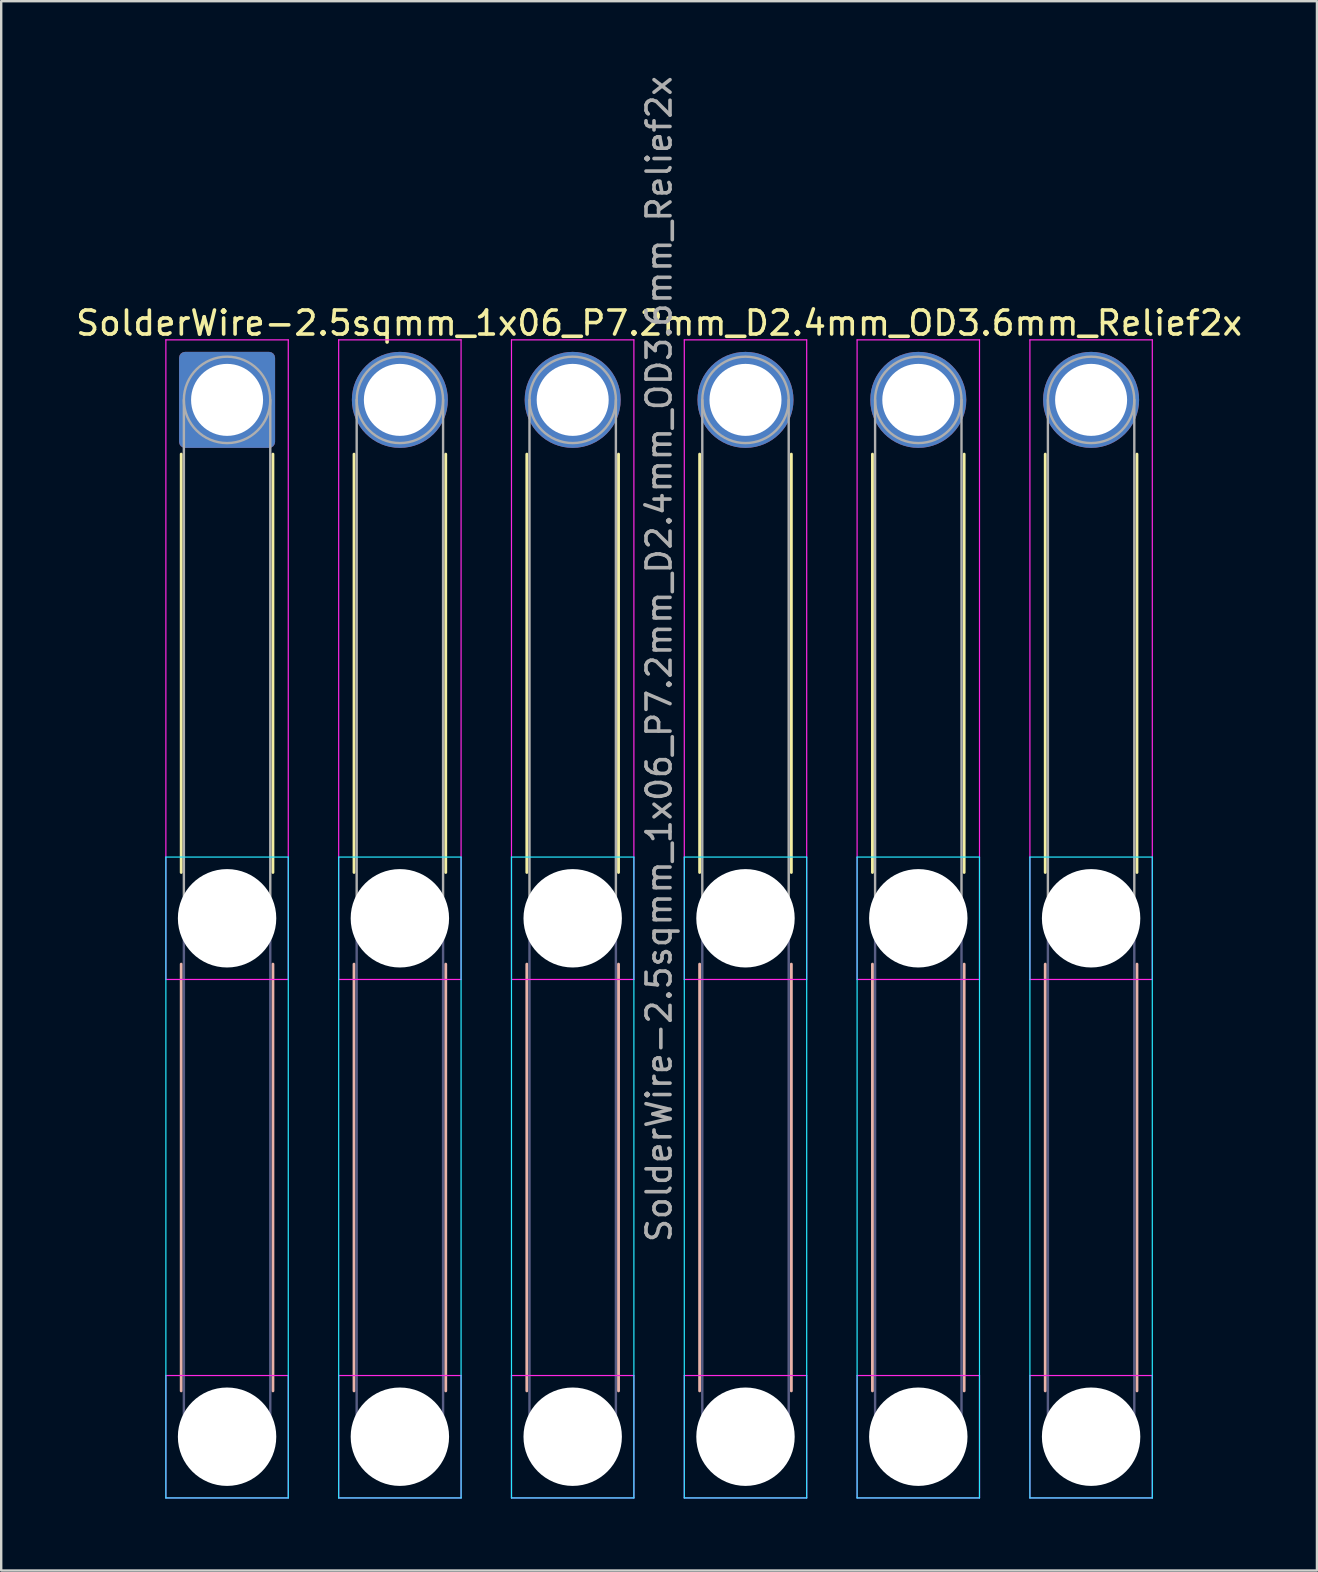
<source format=kicad_pcb>
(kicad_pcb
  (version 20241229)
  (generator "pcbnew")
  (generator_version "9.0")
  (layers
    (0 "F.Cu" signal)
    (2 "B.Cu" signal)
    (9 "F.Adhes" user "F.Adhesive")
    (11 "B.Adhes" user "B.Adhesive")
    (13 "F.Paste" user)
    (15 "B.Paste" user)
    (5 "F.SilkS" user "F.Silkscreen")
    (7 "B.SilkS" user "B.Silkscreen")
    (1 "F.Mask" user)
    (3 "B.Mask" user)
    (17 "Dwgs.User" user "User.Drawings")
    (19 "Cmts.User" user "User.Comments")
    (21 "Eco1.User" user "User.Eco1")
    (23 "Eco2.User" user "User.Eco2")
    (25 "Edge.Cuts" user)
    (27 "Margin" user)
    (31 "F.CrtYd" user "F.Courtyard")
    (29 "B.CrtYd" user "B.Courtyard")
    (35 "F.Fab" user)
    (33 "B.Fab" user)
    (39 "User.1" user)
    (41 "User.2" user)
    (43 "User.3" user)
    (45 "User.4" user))
  (footprint "SolderWire-2.5sqmm_1x06_P7.2mm_D2.4mm_OD3.6mm_Relief2x"
    (layer "F.Cu")
    (at 6.411 13.611)
    (property "Reference" "SolderWire-2.5sqmm_1x06_P7.2mm_D2.4mm_OD3.6mm_Relief2x" (at 18 -3.2 0) (layer "F.SilkS") (effects (font (size 1 1) (thickness 0.15))))
    (attr exclude_from_pos_files exclude_from_bom)
    (fp_line (start -1.91 2.26) (end -1.91 19.69) (stroke (width 0.12) (type solid)) (layer "F.SilkS"))
    (fp_line (start 1.91 2.26) (end 1.91 19.69) (stroke (width 0.12) (type solid)) (layer "F.SilkS"))
    (fp_line (start 5.29 2.26) (end 5.29 19.69) (stroke (width 0.12) (type solid)) (layer "F.SilkS"))
    (fp_line (start 9.11 2.26) (end 9.11 19.69) (stroke (width 0.12) (type solid)) (layer "F.SilkS"))
    (fp_line (start 12.49 2.26) (end 12.49 19.69) (stroke (width 0.12) (type solid)) (layer "F.SilkS"))
    (fp_line (start 16.31 2.26) (end 16.31 19.69) (stroke (width 0.12) (type solid)) (layer "F.SilkS"))
    (fp_line (start 19.69 2.26) (end 19.69 19.69) (stroke (width 0.12) (type solid)) (layer "F.SilkS"))
    (fp_line (start 23.51 2.26) (end 23.51 19.69) (stroke (width 0.12) (type solid)) (layer "F.SilkS"))
    (fp_line (start 26.89 2.26) (end 26.89 19.69) (stroke (width 0.12) (type solid)) (layer "F.SilkS"))
    (fp_line (start 30.71 2.26) (end 30.71 19.69) (stroke (width 0.12) (type solid)) (layer "F.SilkS"))
    (fp_line (start 34.09 2.26) (end 34.09 19.69) (stroke (width 0.12) (type solid)) (layer "F.SilkS"))
    (fp_line (start 37.91 2.26) (end 37.91 19.69) (stroke (width 0.12) (type solid)) (layer "F.SilkS"))
    (fp_line (start -1.91 23.51) (end -1.91 41.29) (stroke (width 0.12) (type solid)) (layer "B.SilkS"))
    (fp_line (start 1.91 23.51) (end 1.91 41.29) (stroke (width 0.12) (type solid)) (layer "B.SilkS"))
    (fp_line (start 5.29 23.51) (end 5.29 41.29) (stroke (width 0.12) (type solid)) (layer "B.SilkS"))
    (fp_line (start 9.11 23.51) (end 9.11 41.29) (stroke (width 0.12) (type solid)) (layer "B.SilkS"))
    (fp_line (start 12.49 23.51) (end 12.49 41.29) (stroke (width 0.12) (type solid)) (layer "B.SilkS"))
    (fp_line (start 16.31 23.51) (end 16.31 41.29) (stroke (width 0.12) (type solid)) (layer "B.SilkS"))
    (fp_line (start 19.69 23.51) (end 19.69 41.29) (stroke (width 0.12) (type solid)) (layer "B.SilkS"))
    (fp_line (start 23.51 23.51) (end 23.51 41.29) (stroke (width 0.12) (type solid)) (layer "B.SilkS"))
    (fp_line (start 26.89 23.51) (end 26.89 41.29) (stroke (width 0.12) (type solid)) (layer "B.SilkS"))
    (fp_line (start 30.71 23.51) (end 30.71 41.29) (stroke (width 0.12) (type solid)) (layer "B.SilkS"))
    (fp_line (start 34.09 23.51) (end 34.09 41.29) (stroke (width 0.12) (type solid)) (layer "B.SilkS"))
    (fp_line (start 37.91 23.51) (end 37.91 41.29) (stroke (width 0.12) (type solid)) (layer "B.SilkS"))
    (fp_line (start -2.55 19.05) (end -2.55 45.75) (stroke (width 0.05) (type solid)) (layer "B.CrtYd"))
    (fp_line (start -2.55 45.75) (end 2.55 45.75) (stroke (width 0.05) (type solid)) (layer "B.CrtYd"))
    (fp_line (start 2.55 19.05) (end -2.55 19.05) (stroke (width 0.05) (type solid)) (layer "B.CrtYd"))
    (fp_line (start 2.55 45.75) (end 2.55 19.05) (stroke (width 0.05) (type solid)) (layer "B.CrtYd"))
    (fp_line (start 4.65 19.05) (end 4.65 45.75) (stroke (width 0.05) (type solid)) (layer "B.CrtYd"))
    (fp_line (start 4.65 45.75) (end 9.75 45.75) (stroke (width 0.05) (type solid)) (layer "B.CrtYd"))
    (fp_line (start 9.75 19.05) (end 4.65 19.05) (stroke (width 0.05) (type solid)) (layer "B.CrtYd"))
    (fp_line (start 9.75 45.75) (end 9.75 19.05) (stroke (width 0.05) (type solid)) (layer "B.CrtYd"))
    (fp_line (start 11.85 19.05) (end 11.85 45.75) (stroke (width 0.05) (type solid)) (layer "B.CrtYd"))
    (fp_line (start 11.85 45.75) (end 16.95 45.75) (stroke (width 0.05) (type solid)) (layer "B.CrtYd"))
    (fp_line (start 16.95 19.05) (end 11.85 19.05) (stroke (width 0.05) (type solid)) (layer "B.CrtYd"))
    (fp_line (start 16.95 45.75) (end 16.95 19.05) (stroke (width 0.05) (type solid)) (layer "B.CrtYd"))
    (fp_line (start 19.05 19.05) (end 19.05 45.75) (stroke (width 0.05) (type solid)) (layer "B.CrtYd"))
    (fp_line (start 19.05 45.75) (end 24.15 45.75) (stroke (width 0.05) (type solid)) (layer "B.CrtYd"))
    (fp_line (start 24.15 19.05) (end 19.05 19.05) (stroke (width 0.05) (type solid)) (layer "B.CrtYd"))
    (fp_line (start 24.15 45.75) (end 24.15 19.05) (stroke (width 0.05) (type solid)) (layer "B.CrtYd"))
    (fp_line (start 26.25 19.05) (end 26.25 45.75) (stroke (width 0.05) (type solid)) (layer "B.CrtYd"))
    (fp_line (start 26.25 45.75) (end 31.35 45.75) (stroke (width 0.05) (type solid)) (layer "B.CrtYd"))
    (fp_line (start 31.35 19.05) (end 26.25 19.05) (stroke (width 0.05) (type solid)) (layer "B.CrtYd"))
    (fp_line (start 31.35 45.75) (end 31.35 19.05) (stroke (width 0.05) (type solid)) (layer "B.CrtYd"))
    (fp_line (start 33.45 19.05) (end 33.45 45.75) (stroke (width 0.05) (type solid)) (layer "B.CrtYd"))
    (fp_line (start 33.45 45.75) (end 38.55 45.75) (stroke (width 0.05) (type solid)) (layer "B.CrtYd"))
    (fp_line (start 38.55 19.05) (end 33.45 19.05) (stroke (width 0.05) (type solid)) (layer "B.CrtYd"))
    (fp_line (start 38.55 45.75) (end 38.55 19.05) (stroke (width 0.05) (type solid)) (layer "B.CrtYd"))
    (fp_line (start -2.55 -2.5) (end -2.55 24.15) (stroke (width 0.05) (type solid)) (layer "F.CrtYd"))
    (fp_line (start -2.55 24.15) (end 2.55 24.15) (stroke (width 0.05) (type solid)) (layer "F.CrtYd"))
    (fp_line (start -2.55 40.65) (end -2.55 45.75) (stroke (width 0.05) (type solid)) (layer "F.CrtYd"))
    (fp_line (start -2.55 45.75) (end 2.55 45.75) (stroke (width 0.05) (type solid)) (layer "F.CrtYd"))
    (fp_line (start 2.55 -2.5) (end -2.55 -2.5) (stroke (width 0.05) (type solid)) (layer "F.CrtYd"))
    (fp_line (start 2.55 24.15) (end 2.55 -2.5) (stroke (width 0.05) (type solid)) (layer "F.CrtYd"))
    (fp_line (start 2.55 40.65) (end -2.55 40.65) (stroke (width 0.05) (type solid)) (layer "F.CrtYd"))
    (fp_line (start 2.55 45.75) (end 2.55 40.65) (stroke (width 0.05) (type solid)) (layer "F.CrtYd"))
    (fp_line (start 4.65 -2.5) (end 4.65 24.15) (stroke (width 0.05) (type solid)) (layer "F.CrtYd"))
    (fp_line (start 4.65 24.15) (end 9.75 24.15) (stroke (width 0.05) (type solid)) (layer "F.CrtYd"))
    (fp_line (start 4.65 40.65) (end 4.65 45.75) (stroke (width 0.05) (type solid)) (layer "F.CrtYd"))
    (fp_line (start 4.65 45.75) (end 9.75 45.75) (stroke (width 0.05) (type solid)) (layer "F.CrtYd"))
    (fp_line (start 9.75 -2.5) (end 4.65 -2.5) (stroke (width 0.05) (type solid)) (layer "F.CrtYd"))
    (fp_line (start 9.75 24.15) (end 9.75 -2.5) (stroke (width 0.05) (type solid)) (layer "F.CrtYd"))
    (fp_line (start 9.75 40.65) (end 4.65 40.65) (stroke (width 0.05) (type solid)) (layer "F.CrtYd"))
    (fp_line (start 9.75 45.75) (end 9.75 40.65) (stroke (width 0.05) (type solid)) (layer "F.CrtYd"))
    (fp_line (start 11.85 -2.5) (end 11.85 24.15) (stroke (width 0.05) (type solid)) (layer "F.CrtYd"))
    (fp_line (start 11.85 24.15) (end 16.95 24.15) (stroke (width 0.05) (type solid)) (layer "F.CrtYd"))
    (fp_line (start 11.85 40.65) (end 11.85 45.75) (stroke (width 0.05) (type solid)) (layer "F.CrtYd"))
    (fp_line (start 11.85 45.75) (end 16.95 45.75) (stroke (width 0.05) (type solid)) (layer "F.CrtYd"))
    (fp_line (start 16.95 -2.5) (end 11.85 -2.5) (stroke (width 0.05) (type solid)) (layer "F.CrtYd"))
    (fp_line (start 16.95 24.15) (end 16.95 -2.5) (stroke (width 0.05) (type solid)) (layer "F.CrtYd"))
    (fp_line (start 16.95 40.65) (end 11.85 40.65) (stroke (width 0.05) (type solid)) (layer "F.CrtYd"))
    (fp_line (start 16.95 45.75) (end 16.95 40.65) (stroke (width 0.05) (type solid)) (layer "F.CrtYd"))
    (fp_line (start 19.05 -2.5) (end 19.05 24.15) (stroke (width 0.05) (type solid)) (layer "F.CrtYd"))
    (fp_line (start 19.05 24.15) (end 24.15 24.15) (stroke (width 0.05) (type solid)) (layer "F.CrtYd"))
    (fp_line (start 19.05 40.65) (end 19.05 45.75) (stroke (width 0.05) (type solid)) (layer "F.CrtYd"))
    (fp_line (start 19.05 45.75) (end 24.15 45.75) (stroke (width 0.05) (type solid)) (layer "F.CrtYd"))
    (fp_line (start 24.15 -2.5) (end 19.05 -2.5) (stroke (width 0.05) (type solid)) (layer "F.CrtYd"))
    (fp_line (start 24.15 24.15) (end 24.15 -2.5) (stroke (width 0.05) (type solid)) (layer "F.CrtYd"))
    (fp_line (start 24.15 40.65) (end 19.05 40.65) (stroke (width 0.05) (type solid)) (layer "F.CrtYd"))
    (fp_line (start 24.15 45.75) (end 24.15 40.65) (stroke (width 0.05) (type solid)) (layer "F.CrtYd"))
    (fp_line (start 26.25 -2.5) (end 26.25 24.15) (stroke (width 0.05) (type solid)) (layer "F.CrtYd"))
    (fp_line (start 26.25 24.15) (end 31.35 24.15) (stroke (width 0.05) (type solid)) (layer "F.CrtYd"))
    (fp_line (start 26.25 40.65) (end 26.25 45.75) (stroke (width 0.05) (type solid)) (layer "F.CrtYd"))
    (fp_line (start 26.25 45.75) (end 31.35 45.75) (stroke (width 0.05) (type solid)) (layer "F.CrtYd"))
    (fp_line (start 31.35 -2.5) (end 26.25 -2.5) (stroke (width 0.05) (type solid)) (layer "F.CrtYd"))
    (fp_line (start 31.35 24.15) (end 31.35 -2.5) (stroke (width 0.05) (type solid)) (layer "F.CrtYd"))
    (fp_line (start 31.35 40.65) (end 26.25 40.65) (stroke (width 0.05) (type solid)) (layer "F.CrtYd"))
    (fp_line (start 31.35 45.75) (end 31.35 40.65) (stroke (width 0.05) (type solid)) (layer "F.CrtYd"))
    (fp_line (start 33.45 -2.5) (end 33.45 24.15) (stroke (width 0.05) (type solid)) (layer "F.CrtYd"))
    (fp_line (start 33.45 24.15) (end 38.55 24.15) (stroke (width 0.05) (type solid)) (layer "F.CrtYd"))
    (fp_line (start 33.45 40.65) (end 33.45 45.75) (stroke (width 0.05) (type solid)) (layer "F.CrtYd"))
    (fp_line (start 33.45 45.75) (end 38.55 45.75) (stroke (width 0.05) (type solid)) (layer "F.CrtYd"))
    (fp_line (start 38.55 -2.5) (end 33.45 -2.5) (stroke (width 0.05) (type solid)) (layer "F.CrtYd"))
    (fp_line (start 38.55 24.15) (end 38.55 -2.5) (stroke (width 0.05) (type solid)) (layer "F.CrtYd"))
    (fp_line (start 38.55 40.65) (end 33.45 40.65) (stroke (width 0.05) (type solid)) (layer "F.CrtYd"))
    (fp_line (start 38.55 45.75) (end 38.55 40.65) (stroke (width 0.05) (type solid)) (layer "F.CrtYd"))
    (fp_line (start -1.8 21.6) (end -1.8 43.2) (stroke (width 0.1) (type solid)) (layer "B.Fab"))
    (fp_line (start 1.8 21.6) (end 1.8 43.2) (stroke (width 0.1) (type solid)) (layer "B.Fab"))
    (fp_line (start 5.4 21.6) (end 5.4 43.2) (stroke (width 0.1) (type solid)) (layer "B.Fab"))
    (fp_line (start 9 21.6) (end 9 43.2) (stroke (width 0.1) (type solid)) (layer "B.Fab"))
    (fp_line (start 12.6 21.6) (end 12.6 43.2) (stroke (width 0.1) (type solid)) (layer "B.Fab"))
    (fp_line (start 16.2 21.6) (end 16.2 43.2) (stroke (width 0.1) (type solid)) (layer "B.Fab"))
    (fp_line (start 19.8 21.6) (end 19.8 43.2) (stroke (width 0.1) (type solid)) (layer "B.Fab"))
    (fp_line (start 23.4 21.6) (end 23.4 43.2) (stroke (width 0.1) (type solid)) (layer "B.Fab"))
    (fp_line (start 27 21.6) (end 27 43.2) (stroke (width 0.1) (type solid)) (layer "B.Fab"))
    (fp_line (start 30.6 21.6) (end 30.6 43.2) (stroke (width 0.1) (type solid)) (layer "B.Fab"))
    (fp_line (start 34.2 21.6) (end 34.2 43.2) (stroke (width 0.1) (type solid)) (layer "B.Fab"))
    (fp_line (start 37.8 21.6) (end 37.8 43.2) (stroke (width 0.1) (type solid)) (layer "B.Fab"))
    (fp_circle (center 0 21.6) (end 1.8 21.6) (stroke (width 0.1) (type solid)) (fill no) (layer "B.Fab"))
    (fp_circle (center 0 43.2) (end 1.8 43.2) (stroke (width 0.1) (type solid)) (fill no) (layer "B.Fab"))
    (fp_circle (center 7.2 21.6) (end 9 21.6) (stroke (width 0.1) (type solid)) (fill no) (layer "B.Fab"))
    (fp_circle (center 7.2 43.2) (end 9 43.2) (stroke (width 0.1) (type solid)) (fill no) (layer "B.Fab"))
    (fp_circle (center 14.4 21.6) (end 16.2 21.6) (stroke (width 0.1) (type solid)) (fill no) (layer "B.Fab"))
    (fp_circle (center 14.4 43.2) (end 16.2 43.2) (stroke (width 0.1) (type solid)) (fill no) (layer "B.Fab"))
    (fp_circle (center 21.6 21.6) (end 23.4 21.6) (stroke (width 0.1) (type solid)) (fill no) (layer "B.Fab"))
    (fp_circle (center 21.6 43.2) (end 23.4 43.2) (stroke (width 0.1) (type solid)) (fill no) (layer "B.Fab"))
    (fp_circle (center 28.8 21.6) (end 30.6 21.6) (stroke (width 0.1) (type solid)) (fill no) (layer "B.Fab"))
    (fp_circle (center 28.8 43.2) (end 30.6 43.2) (stroke (width 0.1) (type solid)) (fill no) (layer "B.Fab"))
    (fp_circle (center 36 21.6) (end 37.8 21.6) (stroke (width 0.1) (type solid)) (fill no) (layer "B.Fab"))
    (fp_circle (center 36 43.2) (end 37.8 43.2) (stroke (width 0.1) (type solid)) (fill no) (layer "B.Fab"))
    (fp_line (start -1.8 0) (end -1.8 21.6) (stroke (width 0.1) (type solid)) (layer "F.Fab"))
    (fp_line (start 1.8 0) (end 1.8 21.6) (stroke (width 0.1) (type solid)) (layer "F.Fab"))
    (fp_line (start 5.4 0) (end 5.4 21.6) (stroke (width 0.1) (type solid)) (layer "F.Fab"))
    (fp_line (start 9 0) (end 9 21.6) (stroke (width 0.1) (type solid)) (layer "F.Fab"))
    (fp_line (start 12.6 0) (end 12.6 21.6) (stroke (width 0.1) (type solid)) (layer "F.Fab"))
    (fp_line (start 16.2 0) (end 16.2 21.6) (stroke (width 0.1) (type solid)) (layer "F.Fab"))
    (fp_line (start 19.8 0) (end 19.8 21.6) (stroke (width 0.1) (type solid)) (layer "F.Fab"))
    (fp_line (start 23.4 0) (end 23.4 21.6) (stroke (width 0.1) (type solid)) (layer "F.Fab"))
    (fp_line (start 27 0) (end 27 21.6) (stroke (width 0.1) (type solid)) (layer "F.Fab"))
    (fp_line (start 30.6 0) (end 30.6 21.6) (stroke (width 0.1) (type solid)) (layer "F.Fab"))
    (fp_line (start 34.2 0) (end 34.2 21.6) (stroke (width 0.1) (type solid)) (layer "F.Fab"))
    (fp_line (start 37.8 0) (end 37.8 21.6) (stroke (width 0.1) (type solid)) (layer "F.Fab"))
    (fp_circle (center 0 0) (end 1.8 0) (stroke (width 0.1) (type solid)) (fill no) (layer "F.Fab"))
    (fp_circle (center 0 21.6) (end 1.8 21.6) (stroke (width 0.1) (type solid)) (fill no) (layer "F.Fab"))
    (fp_circle (center 0 43.2) (end 1.8 43.2) (stroke (width 0.1) (type solid)) (fill no) (layer "F.Fab"))
    (fp_circle (center 7.2 0) (end 9 0) (stroke (width 0.1) (type solid)) (fill no) (layer "F.Fab"))
    (fp_circle (center 7.2 21.6) (end 9 21.6) (stroke (width 0.1) (type solid)) (fill no) (layer "F.Fab"))
    (fp_circle (center 7.2 43.2) (end 9 43.2) (stroke (width 0.1) (type solid)) (fill no) (layer "F.Fab"))
    (fp_circle (center 14.4 0) (end 16.2 0) (stroke (width 0.1) (type solid)) (fill no) (layer "F.Fab"))
    (fp_circle (center 14.4 21.6) (end 16.2 21.6) (stroke (width 0.1) (type solid)) (fill no) (layer "F.Fab"))
    (fp_circle (center 14.4 43.2) (end 16.2 43.2) (stroke (width 0.1) (type solid)) (fill no) (layer "F.Fab"))
    (fp_circle (center 21.6 0) (end 23.4 0) (stroke (width 0.1) (type solid)) (fill no) (layer "F.Fab"))
    (fp_circle (center 21.6 21.6) (end 23.4 21.6) (stroke (width 0.1) (type solid)) (fill no) (layer "F.Fab"))
    (fp_circle (center 21.6 43.2) (end 23.4 43.2) (stroke (width 0.1) (type solid)) (fill no) (layer "F.Fab"))
    (fp_circle (center 28.8 0) (end 30.6 0) (stroke (width 0.1) (type solid)) (fill no) (layer "F.Fab"))
    (fp_circle (center 28.8 21.6) (end 30.6 21.6) (stroke (width 0.1) (type solid)) (fill no) (layer "F.Fab"))
    (fp_circle (center 28.8 43.2) (end 30.6 43.2) (stroke (width 0.1) (type solid)) (fill no) (layer "F.Fab"))
    (fp_circle (center 36 0) (end 37.8 0) (stroke (width 0.1) (type solid)) (fill no) (layer "F.Fab"))
    (fp_circle (center 36 21.6) (end 37.8 21.6) (stroke (width 0.1) (type solid)) (fill no) (layer "F.Fab"))
    (fp_circle (center 36 43.2) (end 37.8 43.2) (stroke (width 0.1) (type solid)) (fill no) (layer "F.Fab"))
    (fp_text user "${REFERENCE}" (at 18 10.8 90) (layer "F.Fab") (effects (font (size 1 1) (thickness 0.15))))
    (pad "" np_thru_hole circle (at 0 21.6) (size 4.1 4.1) (drill 4.1) (layers "*.Cu" "*.Mask"))
    (pad "" np_thru_hole circle (at 0 43.2) (size 4.1 4.1) (drill 4.1) (layers "*.Cu" "*.Mask"))
    (pad "" np_thru_hole circle (at 7.2 21.6) (size 4.1 4.1) (drill 4.1) (layers "*.Cu" "*.Mask"))
    (pad "" np_thru_hole circle (at 7.2 43.2) (size 4.1 4.1) (drill 4.1) (layers "*.Cu" "*.Mask"))
    (pad "" np_thru_hole circle (at 14.4 21.6) (size 4.1 4.1) (drill 4.1) (layers "*.Cu" "*.Mask"))
    (pad "" np_thru_hole circle (at 14.4 43.2) (size 4.1 4.1) (drill 4.1) (layers "*.Cu" "*.Mask"))
    (pad "" np_thru_hole circle (at 21.6 21.6) (size 4.1 4.1) (drill 4.1) (layers "*.Cu" "*.Mask"))
    (pad "" np_thru_hole circle (at 21.6 43.2) (size 4.1 4.1) (drill 4.1) (layers "*.Cu" "*.Mask"))
    (pad "" np_thru_hole circle (at 28.8 21.6) (size 4.1 4.1) (drill 4.1) (layers "*.Cu" "*.Mask"))
    (pad "" np_thru_hole circle (at 28.8 43.2) (size 4.1 4.1) (drill 4.1) (layers "*.Cu" "*.Mask"))
    (pad "" np_thru_hole circle (at 36 21.6) (size 4.1 4.1) (drill 4.1) (layers "*.Cu" "*.Mask"))
    (pad "" np_thru_hole circle (at 36 43.2) (size 4.1 4.1) (drill 4.1) (layers "*.Cu" "*.Mask"))
    (pad "1" thru_hole roundrect (at 0 0) (size 4 4) (drill 3) (layers "*.Cu" "*.Mask") (roundrect_rratio 0.062))
    (pad "2" thru_hole circle (at 7.2 0) (size 4 4) (drill 3) (layers "*.Cu" "*.Mask"))
    (pad "3" thru_hole circle (at 14.4 0) (size 4 4) (drill 3) (layers "*.Cu" "*.Mask"))
    (pad "4" thru_hole circle (at 21.6 0) (size 4 4) (drill 3) (layers "*.Cu" "*.Mask"))
    (pad "5" thru_hole circle (at 28.8 0) (size 4 4) (drill 3) (layers "*.Cu" "*.Mask"))
    (pad "6" thru_hole circle (at 36 0) (size 4 4) (drill 3) (layers "*.Cu" "*.Mask")))
  (gr_rect
    (start -3 -3)
    (end 51.821 62.386)
    (stroke (width 0.1) (type default))
    (fill no)
    (layer "Edge.Cuts")))
</source>
